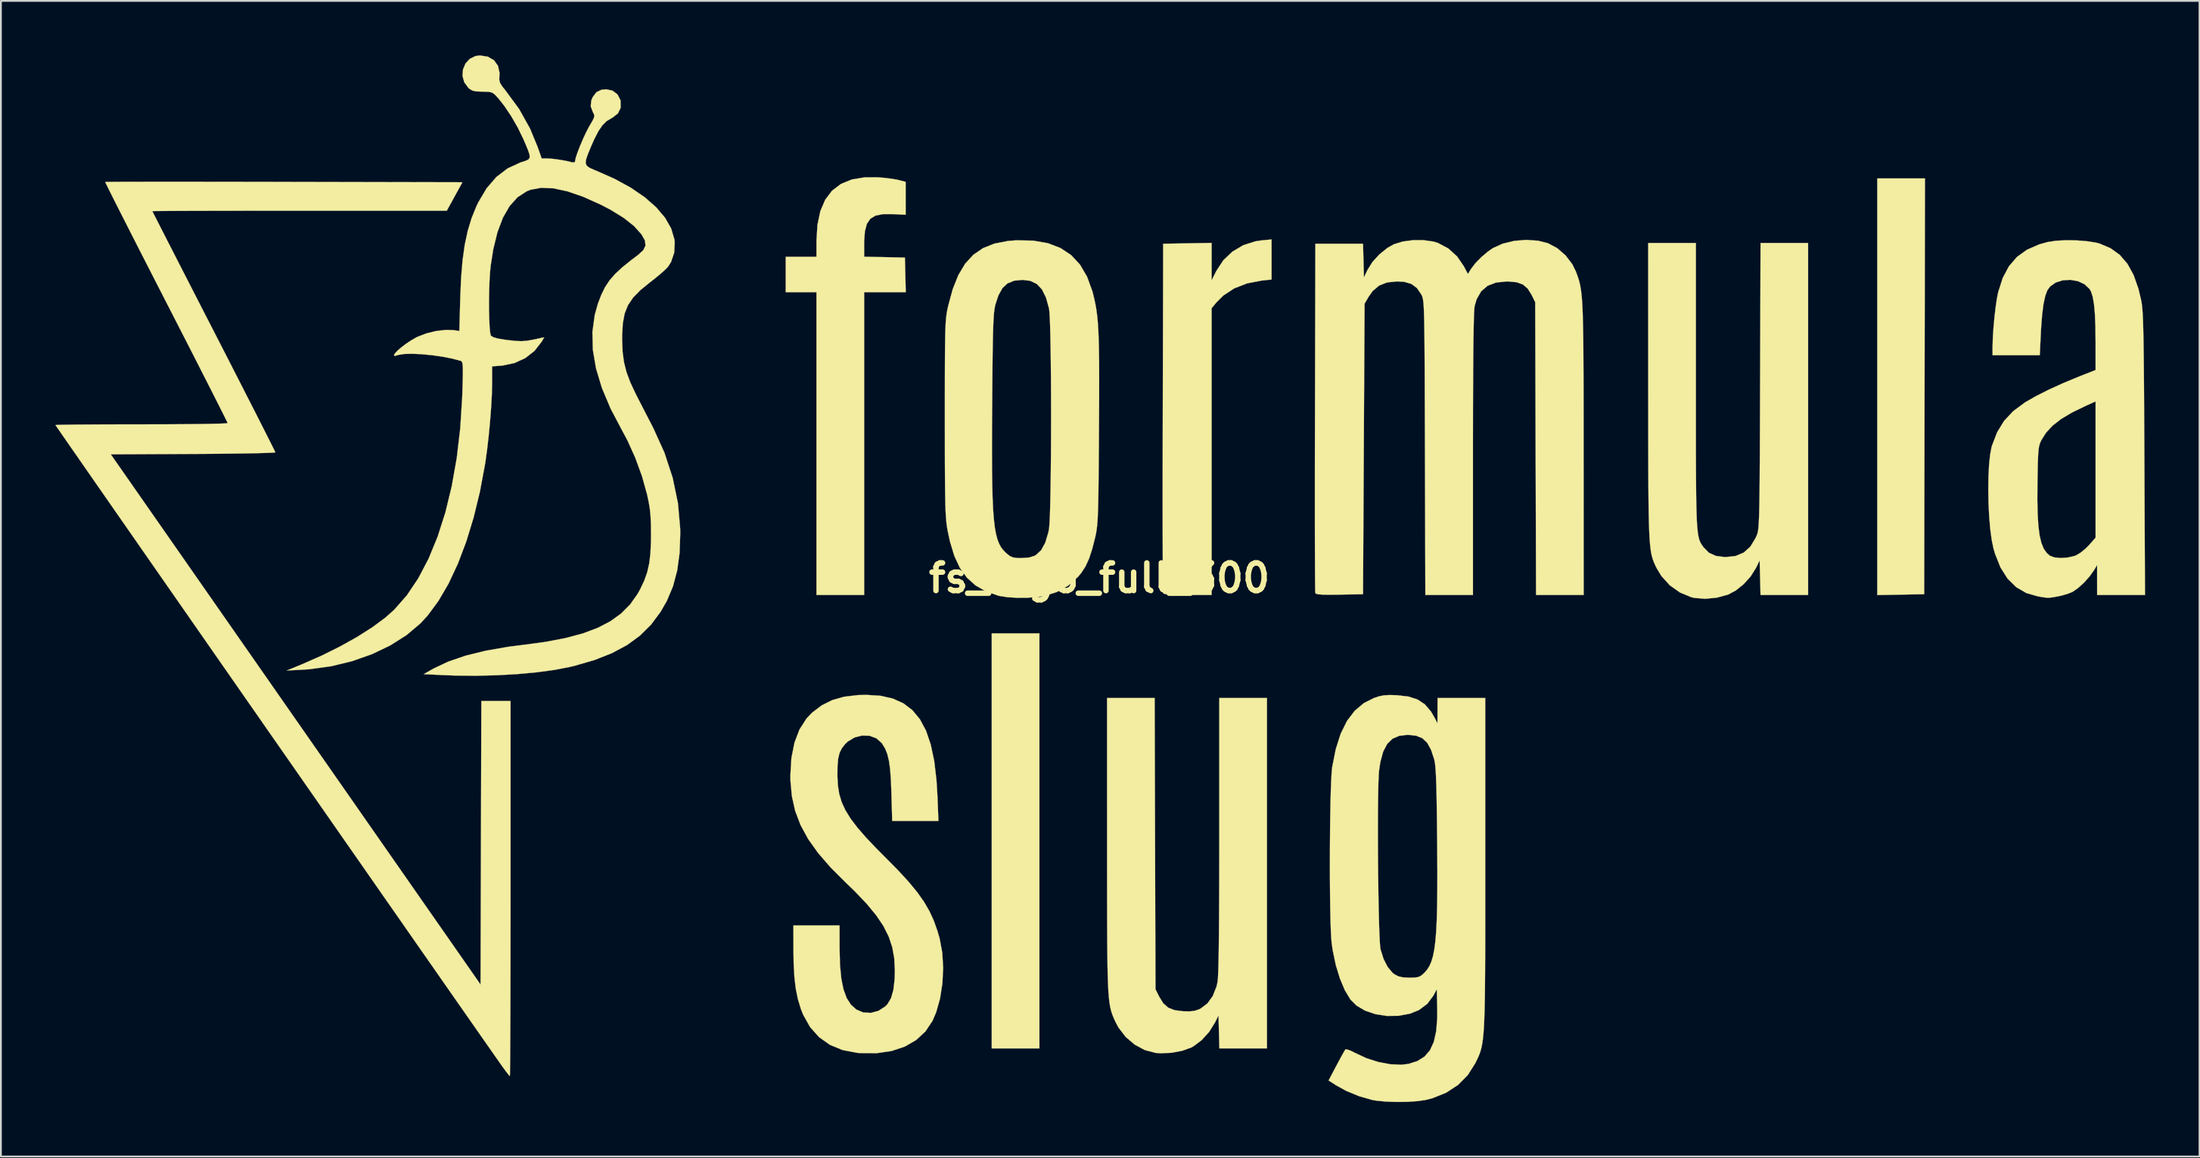
<source format=kicad_pcb>
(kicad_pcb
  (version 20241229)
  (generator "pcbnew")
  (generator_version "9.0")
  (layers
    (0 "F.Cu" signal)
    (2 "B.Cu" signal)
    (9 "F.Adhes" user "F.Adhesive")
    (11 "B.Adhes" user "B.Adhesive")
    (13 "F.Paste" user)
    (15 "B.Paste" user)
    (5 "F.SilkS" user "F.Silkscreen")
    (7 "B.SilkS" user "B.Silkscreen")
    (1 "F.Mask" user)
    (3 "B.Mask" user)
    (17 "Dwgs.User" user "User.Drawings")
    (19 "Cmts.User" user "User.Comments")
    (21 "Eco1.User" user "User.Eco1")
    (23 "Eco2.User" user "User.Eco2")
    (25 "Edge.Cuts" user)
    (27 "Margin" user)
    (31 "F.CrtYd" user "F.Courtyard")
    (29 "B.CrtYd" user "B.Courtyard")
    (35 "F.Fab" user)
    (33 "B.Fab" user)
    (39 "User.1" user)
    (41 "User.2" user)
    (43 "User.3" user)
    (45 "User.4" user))
  (footprint "fs_logo_full_300"
    (layer "F.Cu")
    (at 57.494 28.792)
    (property "Reference" "fs_logo_full_300" (at 0 0 0) (layer "F.SilkS") (effects (font (size 1.524 1.524) (thickness 0.3))))
    (attr through_hole)
    (fp_poly (pts (xy -3.302 25.908) (xy -5.927 25.908) (xy -5.927 3.048) (xy -3.302 3.048) (xy -3.302 25.908)) (stroke (width 0.01) (type solid)) (fill yes) (layer "F.SilkS"))
    (fp_poly (pts (xy 45.445 -10.562) (xy 45.424 0.889) (xy 44.133 0.912) (xy 42.841 0.936) (xy 42.841 -22.013) (xy 45.467 -22.013) (xy 45.445 -10.562)) (stroke (width 0.01) (type solid)) (fill yes) (layer "F.SilkS"))
    (fp_poly (pts (xy -11.833 -22.044) (xy -11.442 -21.997) (xy -11.132 -21.943) (xy -11.07 -21.928) (xy -10.668 -21.824) (xy -10.668 -20.012) (xy -11.375 -20.049) (xy -11.913 -20.047) (xy -12.321 -19.968) (xy -12.613 -19.794) (xy -12.805 -19.511) (xy -12.913 -19.101) (xy -12.953 -18.549) (xy -12.954 -18.416) (xy -12.954 -17.7) (xy -11.832 -17.677) (xy -10.71 -17.653) (xy -10.686 -16.701) (xy -10.662 -15.748) (xy -12.954 -15.748) (xy -12.954 0.931) (xy -15.579 0.931) (xy -15.579 -15.748) (xy -17.272 -15.748) (xy -17.272 -17.695) (xy -15.579 -17.695) (xy -15.579 -18.567) (xy -15.526 -19.455) (xy -15.366 -20.212) (xy -15.098 -20.84) (xy -14.721 -21.339) (xy -14.234 -21.709) (xy -13.636 -21.954) (xy -12.925 -22.073) (xy -12.234 -22.076) (xy -11.833 -22.044)) (stroke (width 0.01) (type solid)) (fill yes) (layer "F.SilkS"))
    (fp_poly (pts (xy 9.483 -16.445) (xy 8.923 -16.385) (xy 8.131 -16.232) (xy 7.427 -15.957) (xy 6.831 -15.567) (xy 6.441 -15.179) (xy 6.181 -14.863) (xy 6.181 0.931) (xy 4.866 0.931) (xy 4.326 0.927) (xy 3.937 0.915) (xy 3.683 0.892) (xy 3.546 0.857) (xy 3.51 0.826) (xy 3.505 0.728) (xy 3.501 0.473) (xy 3.497 0.07) (xy 3.493 -0.47) (xy 3.491 -1.136) (xy 3.489 -1.918) (xy 3.487 -2.804) (xy 3.486 -3.783) (xy 3.486 -4.845) (xy 3.487 -5.979) (xy 3.489 -7.174) (xy 3.491 -8.42) (xy 3.492 -8.848) (xy 3.514 -18.415) (xy 4.847 -18.438) (xy 6.181 -18.462) (xy 6.181 -16.398) (xy 6.437 -16.911) (xy 6.824 -17.503) (xy 7.328 -17.983) (xy 7.929 -18.338) (xy 8.603 -18.552) (xy 8.924 -18.599) (xy 9.483 -18.651) (xy 9.483 -16.445)) (stroke (width 0.01) (type solid)) (fill yes) (layer "F.SilkS"))
    (fp_poly (pts (xy 3.067 14.626) (xy 3.09 22.648) (xy 3.291 23.052) (xy 3.52 23.422) (xy 3.794 23.665) (xy 4.151 23.804) (xy 4.622 23.863) (xy 4.989 23.869) (xy 5.258 23.835) (xy 5.496 23.752) (xy 5.579 23.711) (xy 5.953 23.429) (xy 6.25 23.014) (xy 6.455 22.491) (xy 6.511 22.235) (xy 6.53 22.041) (xy 6.547 21.688) (xy 6.562 21.175) (xy 6.574 20.501) (xy 6.584 19.665) (xy 6.592 18.664) (xy 6.598 17.499) (xy 6.602 16.168) (xy 6.604 14.668) (xy 6.604 14.154) (xy 6.604 6.604) (xy 9.229 6.604) (xy 9.229 25.908) (xy 6.61 25.908) (xy 6.586 24.998) (xy 6.562 24.088) (xy 6.367 24.482) (xy 6.046 24.998) (xy 5.637 25.45) (xy 5.184 25.791) (xy 5.053 25.862) (xy 4.556 26.041) (xy 3.973 26.149) (xy 3.38 26.176) (xy 3.089 26.154) (xy 2.499 25.998) (xy 1.942 25.697) (xy 1.449 25.275) (xy 1.05 24.755) (xy 0.89 24.455) (xy 0.816 24.29) (xy 0.749 24.135) (xy 0.691 23.98) (xy 0.64 23.813) (xy 0.596 23.624) (xy 0.559 23.403) (xy 0.528 23.137) (xy 0.501 22.818) (xy 0.48 22.433) (xy 0.463 21.972) (xy 0.45 21.425) (xy 0.441 20.781) (xy 0.434 20.029) (xy 0.43 19.157) (xy 0.427 18.157) (xy 0.426 17.016) (xy 0.425 15.724) (xy 0.425 14.711) (xy 0.423 6.604) (xy 3.044 6.604) (xy 3.067 14.626)) (stroke (width 0.01) (type solid)) (fill yes) (layer "F.SilkS"))
    (fp_poly (pts (xy 32.851 -10.597) (xy 32.851 -9.227) (xy 32.851 -8.017) (xy 32.852 -6.955) (xy 32.855 -6.03) (xy 32.86 -5.232) (xy 32.867 -4.551) (xy 32.877 -3.977) (xy 32.89 -3.497) (xy 32.907 -3.102) (xy 32.929 -2.782) (xy 32.955 -2.526) (xy 32.987 -2.323) (xy 33.024 -2.162) (xy 33.068 -2.034) (xy 33.119 -1.927) (xy 33.177 -1.831) (xy 33.244 -1.736) (xy 33.271 -1.698) (xy 33.565 -1.398) (xy 33.945 -1.222) (xy 34.434 -1.157) (xy 34.502 -1.156) (xy 35.047 -1.218) (xy 35.493 -1.408) (xy 35.854 -1.736) (xy 36.142 -2.212) (xy 36.217 -2.386) (xy 36.242 -2.459) (xy 36.264 -2.551) (xy 36.284 -2.673) (xy 36.3 -2.837) (xy 36.315 -3.052) (xy 36.328 -3.328) (xy 36.339 -3.677) (xy 36.348 -4.109) (xy 36.356 -4.635) (xy 36.363 -5.265) (xy 36.368 -6.009) (xy 36.374 -6.879) (xy 36.378 -7.884) (xy 36.383 -9.036) (xy 36.387 -10.344) (xy 36.388 -10.604) (xy 36.413 -18.457) (xy 39.031 -18.457) (xy 39.031 0.931) (xy 36.412 0.931) (xy 36.388 -0.021) (xy 36.364 -0.974) (xy 36.157 -0.55) (xy 35.867 -0.09) (xy 35.481 0.338) (xy 35.046 0.687) (xy 34.626 0.909) (xy 34.006 1.079) (xy 33.368 1.142) (xy 32.773 1.094) (xy 32.597 1.053) (xy 31.974 0.796) (xy 31.415 0.399) (xy 30.952 -0.113) (xy 30.688 -0.552) (xy 30.614 -0.703) (xy 30.549 -0.847) (xy 30.492 -0.995) (xy 30.442 -1.156) (xy 30.398 -1.341) (xy 30.361 -1.562) (xy 30.33 -1.828) (xy 30.304 -2.15) (xy 30.283 -2.539) (xy 30.266 -3.005) (xy 30.253 -3.56) (xy 30.244 -4.213) (xy 30.237 -4.975) (xy 30.232 -5.857) (xy 30.23 -6.869) (xy 30.228 -8.022) (xy 30.228 -9.326) (xy 30.227 -10.308) (xy 30.226 -18.457) (xy 32.851 -18.457) (xy 32.851 -10.597)) (stroke (width 0.01) (type solid)) (fill yes) (layer "F.SilkS"))
    (fp_poly (pts (xy -12.057 6.484) (xy -11.379 6.637) (xy -10.794 6.899) (xy -10.296 7.278) (xy -9.882 7.779) (xy -9.546 8.408) (xy -9.286 9.173) (xy -9.095 10.079) (xy -8.97 11.134) (xy -8.915 12.044) (xy -8.864 13.377) (xy -11.409 13.377) (xy -11.452 11.832) (xy -11.48 11.109) (xy -11.523 10.53) (xy -11.587 10.069) (xy -11.675 9.701) (xy -11.794 9.401) (xy -11.947 9.143) (xy -11.991 9.083) (xy -12.284 8.825) (xy -12.655 8.688) (xy -13.066 8.673) (xy -13.477 8.778) (xy -13.853 9.002) (xy -14.005 9.147) (xy -14.184 9.377) (xy -14.307 9.629) (xy -14.383 9.938) (xy -14.42 10.339) (xy -14.427 10.87) (xy -14.426 10.922) (xy -14.4 11.428) (xy -14.325 11.895) (xy -14.191 12.342) (xy -13.987 12.787) (xy -13.701 13.25) (xy -13.322 13.749) (xy -12.84 14.303) (xy -12.244 14.93) (xy -11.771 15.404) (xy -11.078 16.105) (xy -10.506 16.728) (xy -10.038 17.295) (xy -9.66 17.828) (xy -9.356 18.352) (xy -9.111 18.889) (xy -8.91 19.462) (xy -8.797 19.854) (xy -8.652 20.632) (xy -8.603 21.472) (xy -8.645 22.331) (xy -8.774 23.161) (xy -8.988 23.919) (xy -9.187 24.385) (xy -9.575 24.969) (xy -10.085 25.444) (xy -10.709 25.806) (xy -11.437 26.049) (xy -12.258 26.171) (xy -13.163 26.166) (xy -13.335 26.152) (xy -14.135 26.001) (xy -14.836 25.713) (xy -15.435 25.29) (xy -15.929 24.736) (xy -16.313 24.052) (xy -16.438 23.736) (xy -16.599 23.207) (xy -16.716 22.638) (xy -16.793 21.996) (xy -16.835 21.247) (xy -16.846 20.553) (xy -16.849 19.135) (xy -14.309 19.135) (xy -14.307 20.426) (xy -14.284 21.317) (xy -14.213 22.057) (xy -14.091 22.659) (xy -13.915 23.136) (xy -13.681 23.501) (xy -13.386 23.767) (xy -13.386 23.767) (xy -13.002 23.93) (xy -12.58 23.951) (xy -12.163 23.838) (xy -11.792 23.597) (xy -11.666 23.467) (xy -11.473 23.14) (xy -11.343 22.688) (xy -11.274 22.098) (xy -11.261 21.604) (xy -11.295 20.948) (xy -11.404 20.336) (xy -11.6 19.749) (xy -11.892 19.167) (xy -12.292 18.573) (xy -12.81 17.945) (xy -13.458 17.265) (xy -13.962 16.778) (xy -14.801 15.94) (xy -15.491 15.143) (xy -16.04 14.37) (xy -16.458 13.602) (xy -16.753 12.822) (xy -16.934 12.013) (xy -17.012 11.157) (xy -17.016 10.88) (xy -16.959 9.912) (xy -16.79 9.062) (xy -16.511 8.333) (xy -16.123 7.73) (xy -15.825 7.418) (xy -15.292 7.012) (xy -14.711 6.722) (xy -14.053 6.536) (xy -13.29 6.446) (xy -12.832 6.435) (xy -12.057 6.484)) (stroke (width 0.01) (type solid)) (fill yes) (layer "F.SilkS"))
    (fp_poly (pts (xy 24.16 -18.582) (xy 24.698 -18.447) (xy 25.211 -18.176) (xy 25.673 -17.776) (xy 26.046 -17.287) (xy 26.244 -16.883) (xy 26.312 -16.701) (xy 26.372 -16.527) (xy 26.425 -16.351) (xy 26.471 -16.161) (xy 26.511 -15.946) (xy 26.545 -15.696) (xy 26.573 -15.4) (xy 26.597 -15.046) (xy 26.616 -14.624) (xy 26.631 -14.123) (xy 26.643 -13.532) (xy 26.652 -12.841) (xy 26.658 -12.037) (xy 26.662 -11.111) (xy 26.665 -10.051) (xy 26.666 -8.846) (xy 26.667 -7.486) (xy 26.667 -7.091) (xy 26.67 0.931) (xy 24.049 0.931) (xy 24.026 -7.133) (xy 24.003 -15.198) (xy 23.806 -15.597) (xy 23.591 -15.943) (xy 23.326 -16.17) (xy 22.978 -16.295) (xy 22.512 -16.339) (xy 22.427 -16.339) (xy 21.843 -16.279) (xy 21.378 -16.099) (xy 21.025 -15.794) (xy 20.777 -15.36) (xy 20.665 -14.979) (xy 20.647 -14.808) (xy 20.63 -14.475) (xy 20.616 -13.98) (xy 20.604 -13.322) (xy 20.594 -12.499) (xy 20.586 -11.51) (xy 20.58 -10.356) (xy 20.576 -9.035) (xy 20.574 -7.545) (xy 20.574 -6.811) (xy 20.574 0.931) (xy 17.953 0.931) (xy 17.93 -7.176) (xy 17.926 -8.528) (xy 17.922 -9.721) (xy 17.919 -10.766) (xy 17.915 -11.673) (xy 17.91 -12.452) (xy 17.905 -13.114) (xy 17.898 -13.669) (xy 17.891 -14.128) (xy 17.881 -14.5) (xy 17.871 -14.797) (xy 17.858 -15.029) (xy 17.842 -15.206) (xy 17.825 -15.339) (xy 17.804 -15.437) (xy 17.781 -15.513) (xy 17.754 -15.575) (xy 17.73 -15.621) (xy 17.491 -15.973) (xy 17.19 -16.198) (xy 16.797 -16.315) (xy 16.399 -16.341) (xy 15.846 -16.285) (xy 15.402 -16.11) (xy 15.046 -15.805) (xy 14.84 -15.513) (xy 14.605 -15.113) (xy 14.52 0.889) (xy 13.227 0.912) (xy 12.702 0.918) (xy 12.326 0.914) (xy 12.079 0.897) (xy 11.941 0.867) (xy 11.893 0.828) (xy 11.888 0.73) (xy 11.883 0.475) (xy 11.879 0.071) (xy 11.876 -0.469) (xy 11.873 -1.136) (xy 11.871 -1.917) (xy 11.869 -2.803) (xy 11.869 -3.783) (xy 11.869 -4.845) (xy 11.869 -5.979) (xy 11.871 -7.175) (xy 11.873 -8.42) (xy 11.874 -8.848) (xy 11.896 -18.415) (xy 14.52 -18.415) (xy 14.545 -17.486) (xy 14.569 -16.558) (xy 14.768 -16.978) (xy 15.04 -17.411) (xy 15.422 -17.83) (xy 15.861 -18.185) (xy 16.214 -18.385) (xy 16.697 -18.535) (xy 17.265 -18.612) (xy 17.853 -18.613) (xy 18.393 -18.536) (xy 18.641 -18.462) (xy 19.216 -18.157) (xy 19.702 -17.715) (xy 20.055 -17.201) (xy 20.297 -16.75) (xy 20.479 -17.043) (xy 20.713 -17.349) (xy 21.041 -17.682) (xy 21.406 -17.991) (xy 21.675 -18.176) (xy 22.213 -18.42) (xy 22.842 -18.573) (xy 23.509 -18.628) (xy 24.16 -18.582)) (stroke (width 0.01) (type solid)) (fill yes) (layer "F.SilkS"))
    (fp_poly (pts (xy 53.794 -18.601) (xy 54.363 -18.558) (xy 54.857 -18.483) (xy 55.088 -18.424) (xy 55.69 -18.167) (xy 56.197 -17.8) (xy 56.617 -17.312) (xy 56.957 -16.693) (xy 57.224 -15.933) (xy 57.375 -15.299) (xy 57.399 -15.162) (xy 57.421 -15.001) (xy 57.44 -14.803) (xy 57.457 -14.559) (xy 57.471 -14.258) (xy 57.484 -13.887) (xy 57.495 -13.437) (xy 57.505 -12.897) (xy 57.514 -12.255) (xy 57.522 -11.501) (xy 57.529 -10.624) (xy 57.535 -9.613) (xy 57.541 -8.456) (xy 57.548 -7.143) (xy 57.549 -6.837) (xy 57.584 0.931) (xy 54.949 0.931) (xy 54.948 0.106) (xy 54.948 -0.72) (xy 54.771 -0.423) (xy 54.531 -0.088) (xy 54.223 0.254) (xy 53.896 0.552) (xy 53.602 0.756) (xy 53.591 0.761) (xy 53.336 0.864) (xy 53.003 0.962) (xy 52.793 1.008) (xy 52.512 1.059) (xy 52.32 1.083) (xy 52.149 1.08) (xy 51.93 1.05) (xy 51.702 1.012) (xy 51.051 0.826) (xy 50.489 0.499) (xy 50.016 0.031) (xy 49.629 -0.58) (xy 49.326 -1.338) (xy 49.236 -1.651) (xy 49.138 -2.134) (xy 49.06 -2.73) (xy 49.003 -3.405) (xy 48.968 -4.125) (xy 48.965 -4.299) (xy 51.656 -4.299) (xy 51.673 -3.516) (xy 51.713 -2.872) (xy 51.78 -2.352) (xy 51.877 -1.941) (xy 52.005 -1.624) (xy 52.168 -1.388) (xy 52.342 -1.233) (xy 52.588 -1.139) (xy 52.932 -1.105) (xy 53.315 -1.128) (xy 53.677 -1.209) (xy 53.809 -1.26) (xy 54.055 -1.412) (xy 54.331 -1.64) (xy 54.507 -1.82) (xy 54.864 -2.225) (xy 54.864 -9.73) (xy 54.312 -9.482) (xy 53.563 -9.118) (xy 52.963 -8.76) (xy 52.493 -8.394) (xy 52.136 -8.007) (xy 51.89 -7.62) (xy 51.827 -7.491) (xy 51.779 -7.361) (xy 51.742 -7.205) (xy 51.716 -7) (xy 51.697 -6.722) (xy 51.683 -6.345) (xy 51.672 -5.846) (xy 51.662 -5.236) (xy 51.656 -4.299) (xy 48.965 -4.299) (xy 48.955 -4.856) (xy 48.964 -5.563) (xy 48.996 -6.213) (xy 49.052 -6.771) (xy 49.132 -7.204) (xy 49.153 -7.281) (xy 49.442 -8.031) (xy 49.825 -8.658) (xy 50.326 -9.194) (xy 50.97 -9.671) (xy 51.005 -9.693) (xy 51.587 -10.026) (xy 52.299 -10.384) (xy 53.107 -10.751) (xy 53.978 -11.111) (xy 54.038 -11.135) (xy 54.864 -11.459) (xy 54.863 -13.032) (xy 54.854 -13.868) (xy 54.826 -14.549) (xy 54.777 -15.087) (xy 54.706 -15.495) (xy 54.612 -15.785) (xy 54.538 -15.917) (xy 54.254 -16.186) (xy 53.886 -16.356) (xy 53.473 -16.428) (xy 53.055 -16.402) (xy 52.671 -16.281) (xy 52.361 -16.064) (xy 52.209 -15.856) (xy 52.092 -15.545) (xy 51.996 -15.103) (xy 51.921 -14.518) (xy 51.864 -13.78) (xy 51.846 -13.45) (xy 51.79 -12.277) (xy 49.191 -12.277) (xy 49.192 -12.764) (xy 49.205 -13.23) (xy 49.241 -13.776) (xy 49.293 -14.352) (xy 49.358 -14.908) (xy 49.429 -15.393) (xy 49.499 -15.748) (xy 49.749 -16.529) (xy 50.09 -17.172) (xy 50.532 -17.688) (xy 51.086 -18.087) (xy 51.763 -18.382) (xy 52.217 -18.509) (xy 52.663 -18.578) (xy 53.208 -18.608) (xy 53.794 -18.601)) (stroke (width 0.01) (type solid)) (fill yes) (layer "F.SilkS"))
    (fp_poly (pts (xy -3.647 -18.587) (xy -2.838 -18.447) (xy -2.14 -18.18) (xy -1.549 -17.786) (xy -1.063 -17.261) (xy -0.677 -16.601) (xy -0.387 -15.806) (xy -0.346 -15.652) (xy -0.275 -15.358) (xy -0.214 -15.066) (xy -0.162 -14.762) (xy -0.119 -14.431) (xy -0.084 -14.059) (xy -0.057 -13.63) (xy -0.037 -13.131) (xy -0.023 -12.546) (xy -0.014 -11.862) (xy -0.011 -11.062) (xy -0.012 -10.134) (xy -0.017 -9.061) (xy -0.022 -8.17) (xy -0.029 -7.099) (xy -0.037 -6.182) (xy -0.044 -5.405) (xy -0.052 -4.755) (xy -0.062 -4.215) (xy -0.073 -3.773) (xy -0.087 -3.413) (xy -0.104 -3.121) (xy -0.124 -2.882) (xy -0.148 -2.683) (xy -0.176 -2.507) (xy -0.209 -2.342) (xy -0.231 -2.244) (xy -0.397 -1.589) (xy -0.568 -1.069) (xy -0.76 -0.65) (xy -0.987 -0.296) (xy -1.184 -0.06) (xy -1.722 0.422) (xy -2.34 0.767) (xy -2.971 0.97) (xy -3.424 1.044) (xy -3.964 1.083) (xy -4.53 1.086) (xy -5.063 1.054) (xy -5.501 0.986) (xy -5.566 0.97) (xy -6.246 0.733) (xy -6.817 0.408) (xy -7.291 -0.017) (xy -7.678 -0.555) (xy -7.988 -1.221) (xy -8.232 -2.027) (xy -8.35 -2.582) (xy -8.383 -2.767) (xy -8.411 -2.958) (xy -8.434 -3.168) (xy -8.453 -3.414) (xy -8.469 -3.708) (xy -8.482 -4.065) (xy -8.491 -4.5) (xy -8.498 -5.027) (xy -8.503 -5.66) (xy -8.507 -6.414) (xy -8.508 -7.026) (xy -5.914 -7.026) (xy -5.911 -6.023) (xy -5.9 -5.154) (xy -5.88 -4.41) (xy -5.851 -3.777) (xy -5.811 -3.246) (xy -5.76 -2.803) (xy -5.695 -2.439) (xy -5.617 -2.14) (xy -5.523 -1.897) (xy -5.414 -1.697) (xy -5.286 -1.53) (xy -5.141 -1.383) (xy -5.115 -1.36) (xy -4.927 -1.212) (xy -4.747 -1.134) (xy -4.509 -1.105) (xy -4.294 -1.101) (xy -3.878 -1.13) (xy -3.572 -1.225) (xy -3.496 -1.267) (xy -3.209 -1.532) (xy -2.982 -1.943) (xy -2.812 -2.506) (xy -2.777 -2.676) (xy -2.754 -2.888) (xy -2.733 -3.251) (xy -2.714 -3.745) (xy -2.699 -4.353) (xy -2.685 -5.057) (xy -2.675 -5.838) (xy -2.667 -6.68) (xy -2.662 -7.563) (xy -2.659 -8.469) (xy -2.659 -9.382) (xy -2.662 -10.282) (xy -2.667 -11.152) (xy -2.675 -11.974) (xy -2.686 -12.729) (xy -2.699 -13.4) (xy -2.715 -13.968) (xy -2.734 -14.417) (xy -2.756 -14.727) (xy -2.773 -14.853) (xy -2.939 -15.451) (xy -3.16 -15.897) (xy -3.445 -16.2) (xy -3.804 -16.373) (xy -4.231 -16.425) (xy -4.694 -16.38) (xy -5.058 -16.232) (xy -5.342 -15.966) (xy -5.563 -15.565) (xy -5.726 -15.065) (xy -5.756 -14.932) (xy -5.783 -14.773) (xy -5.805 -14.574) (xy -5.824 -14.322) (xy -5.84 -14.003) (xy -5.854 -13.603) (xy -5.866 -13.108) (xy -5.876 -12.503) (xy -5.885 -11.777) (xy -5.893 -10.913) (xy -5.901 -9.9) (xy -5.904 -9.483) (xy -5.912 -8.175) (xy -5.914 -7.026) (xy -8.508 -7.026) (xy -8.508 -7.302) (xy -8.509 -8.34) (xy -8.509 -8.805) (xy -8.509 -9.896) (xy -8.508 -10.831) (xy -8.506 -11.625) (xy -8.503 -12.293) (xy -8.498 -12.847) (xy -8.49 -13.304) (xy -8.48 -13.676) (xy -8.467 -13.979) (xy -8.45 -14.225) (xy -8.429 -14.43) (xy -8.404 -14.608) (xy -8.374 -14.773) (xy -8.338 -14.938) (xy -8.328 -14.986) (xy -8.076 -15.912) (xy -7.768 -16.684) (xy -7.395 -17.311) (xy -6.946 -17.804) (xy -6.413 -18.171) (xy -5.785 -18.422) (xy -5.053 -18.566) (xy -4.572 -18.604) (xy -3.647 -18.587)) (stroke (width 0.01) (type solid)) (fill yes) (layer "F.SilkS"))
    (fp_poly (pts (xy -50.203 -21.831) (xy -49.143 -21.83) (xy -48.007 -21.829) (xy -46.809 -21.827) (xy -45.557 -21.825) (xy -44.9 -21.823) (xy -35.079 -21.802) (xy -35.509 -21.018) (xy -35.939 -20.235) (xy -44.047 -20.235) (xy -45.203 -20.235) (xy -46.309 -20.234) (xy -47.355 -20.233) (xy -48.329 -20.232) (xy -49.218 -20.23) (xy -50.012 -20.228) (xy -50.699 -20.225) (xy -51.267 -20.222) (xy -51.705 -20.219) (xy -52.001 -20.216) (xy -52.143 -20.213) (xy -52.155 -20.211) (xy -52.117 -20.134) (xy -52.007 -19.917) (xy -51.831 -19.571) (xy -51.595 -19.107) (xy -51.303 -18.536) (xy -50.961 -17.868) (xy -50.576 -17.115) (xy -50.151 -16.286) (xy -49.694 -15.394) (xy -49.209 -14.448) (xy -48.768 -13.589) (xy -48.263 -12.605) (xy -47.781 -11.664) (xy -47.328 -10.776) (xy -46.908 -9.953) (xy -46.527 -9.207) (xy -46.192 -8.546) (xy -45.907 -7.983) (xy -45.678 -7.529) (xy -45.51 -7.194) (xy -45.41 -6.989) (xy -45.381 -6.925) (xy -45.463 -6.912) (xy -45.699 -6.899) (xy -46.074 -6.887) (xy -46.571 -6.875) (xy -47.175 -6.864) (xy -47.872 -6.854) (xy -48.644 -6.846) (xy -49.478 -6.84) (xy -49.912 -6.838) (xy -54.443 -6.816) (xy -34.078 22.392) (xy -34.057 14.583) (xy -34.035 6.773) (xy -32.427 6.773) (xy -32.427 17.103) (xy -32.428 18.41) (xy -32.429 19.67) (xy -32.43 20.871) (xy -32.432 22.004) (xy -32.434 23.059) (xy -32.437 24.024) (xy -32.44 24.89) (xy -32.444 25.647) (xy -32.448 26.284) (xy -32.452 26.791) (xy -32.457 27.158) (xy -32.461 27.374) (xy -32.465 27.432) (xy -32.529 27.368) (xy -32.662 27.199) (xy -32.84 26.958) (xy -32.879 26.903) (xy -33.018 26.706) (xy -33.243 26.385) (xy -33.551 25.945) (xy -33.936 25.395) (xy -34.392 24.741) (xy -34.916 23.991) (xy -35.503 23.151) (xy -36.146 22.229) (xy -36.842 21.231) (xy -37.585 20.166) (xy -38.37 19.039) (xy -39.193 17.859) (xy -40.048 16.632) (xy -40.931 15.365) (xy -41.837 14.066) (xy -42.759 12.741) (xy -43.695 11.398) (xy -44.638 10.044) (xy -45.585 8.686) (xy -46.528 7.331) (xy -47.465 5.986) (xy -48.39 4.658) (xy -49.297 3.355) (xy -50.182 2.083) (xy -51.041 0.85) (xy -51.867 -0.337) (xy -52.657 -1.472) (xy -53.404 -2.546) (xy -54.105 -3.554) (xy -54.754 -4.487) (xy -55.347 -5.339) (xy -55.877 -6.102) (xy -56.341 -6.77) (xy -56.734 -7.335) (xy -57.05 -7.791) (xy -57.284 -8.129) (xy -57.432 -8.344) (xy -57.488 -8.427) (xy -57.489 -8.428) (xy -57.407 -8.435) (xy -57.17 -8.442) (xy -56.795 -8.448) (xy -56.296 -8.454) (xy -55.688 -8.458) (xy -54.986 -8.462) (xy -54.206 -8.465) (xy -53.363 -8.466) (xy -52.747 -8.467) (xy -51.869 -8.468) (xy -51.043 -8.471) (xy -50.286 -8.477) (xy -49.611 -8.484) (xy -49.035 -8.493) (xy -48.571 -8.503) (xy -48.237 -8.514) (xy -48.046 -8.527) (xy -48.006 -8.535) (xy -48.044 -8.619) (xy -48.154 -8.843) (xy -48.33 -9.195) (xy -48.567 -9.665) (xy -48.859 -10.242) (xy -49.201 -10.915) (xy -49.587 -11.673) (xy -50.011 -12.506) (xy -50.469 -13.401) (xy -50.955 -14.349) (xy -51.39 -15.198) (xy -51.894 -16.181) (xy -52.375 -17.12) (xy -52.827 -18.005) (xy -53.244 -18.824) (xy -53.622 -19.567) (xy -53.955 -20.223) (xy -54.237 -20.781) (xy -54.462 -21.23) (xy -54.626 -21.56) (xy -54.723 -21.759) (xy -54.748 -21.819) (xy -54.662 -21.822) (xy -54.417 -21.824) (xy -54.024 -21.827) (xy -53.493 -21.829) (xy -52.834 -21.83) (xy -52.06 -21.831) (xy -51.179 -21.831) (xy -50.203 -21.831)) (stroke (width 0.01) (type solid)) (fill yes) (layer "F.SilkS"))
    (fp_poly (pts (xy 16.383 6.453) (xy 17.013 6.525) (xy 17.518 6.687) (xy 17.924 6.954) (xy 18.257 7.343) (xy 18.444 7.662) (xy 18.619 8.001) (xy 18.627 6.604) (xy 21.251 6.604) (xy 21.251 15.698) (xy 21.251 17.2) (xy 21.251 18.543) (xy 21.25 19.737) (xy 21.247 20.791) (xy 21.243 21.716) (xy 21.236 22.522) (xy 21.227 23.219) (xy 21.214 23.816) (xy 21.197 24.325) (xy 21.176 24.754) (xy 21.15 25.114) (xy 21.119 25.415) (xy 21.082 25.667) (xy 21.039 25.88) (xy 20.989 26.064) (xy 20.931 26.228) (xy 20.866 26.384) (xy 20.792 26.541) (xy 20.71 26.709) (xy 20.701 26.726) (xy 20.289 27.378) (xy 19.75 27.922) (xy 19.096 28.35) (xy 18.337 28.654) (xy 17.963 28.749) (xy 17.513 28.814) (xy 16.957 28.851) (xy 16.356 28.858) (xy 15.768 28.837) (xy 15.254 28.786) (xy 15.017 28.745) (xy 14.298 28.539) (xy 13.592 28.247) (xy 13.047 27.946) (xy 12.624 27.674) (xy 13.056 26.854) (xy 13.237 26.515) (xy 13.393 26.23) (xy 13.505 26.035) (xy 13.549 25.965) (xy 13.649 25.966) (xy 13.848 26.039) (xy 14.065 26.148) (xy 14.694 26.442) (xy 15.361 26.656) (xy 16.024 26.781) (xy 16.637 26.808) (xy 17.03 26.76) (xy 17.519 26.603) (xy 17.91 26.356) (xy 18.208 26.008) (xy 18.42 25.546) (xy 18.551 24.959) (xy 18.608 24.235) (xy 18.608 23.694) (xy 18.584 22.648) (xy 18.396 23) (xy 18.061 23.451) (xy 17.605 23.793) (xy 17.11 23.994) (xy 16.472 24.111) (xy 15.826 24.118) (xy 15.204 24.022) (xy 14.639 23.831) (xy 14.164 23.552) (xy 13.827 23.216) (xy 13.52 22.705) (xy 13.248 22.061) (xy 13.021 21.318) (xy 12.852 20.511) (xy 12.794 20.108) (xy 12.767 19.794) (xy 12.745 19.338) (xy 12.727 18.761) (xy 12.713 18.085) (xy 12.703 17.333) (xy 12.697 16.526) (xy 12.696 15.687) (xy 12.698 14.838) (xy 12.704 14) (xy 12.705 13.898) (xy 15.339 13.898) (xy 15.34 14.702) (xy 15.345 15.524) (xy 15.352 16.346) (xy 15.363 17.146) (xy 15.376 17.906) (xy 15.391 18.604) (xy 15.409 19.222) (xy 15.428 19.738) (xy 15.45 20.134) (xy 15.474 20.388) (xy 15.484 20.447) (xy 15.65 20.978) (xy 15.877 21.422) (xy 16.145 21.744) (xy 16.247 21.823) (xy 16.473 21.94) (xy 16.739 21.998) (xy 17.081 22.013) (xy 17.389 22.006) (xy 17.59 21.969) (xy 17.744 21.883) (xy 17.907 21.734) (xy 18.052 21.567) (xy 18.177 21.369) (xy 18.283 21.126) (xy 18.373 20.827) (xy 18.446 20.461) (xy 18.504 20.013) (xy 18.549 19.474) (xy 18.581 18.829) (xy 18.602 18.068) (xy 18.612 17.177) (xy 18.614 16.146) (xy 18.607 14.961) (xy 18.604 14.559) (xy 18.594 13.562) (xy 18.583 12.721) (xy 18.571 12.021) (xy 18.558 11.449) (xy 18.541 10.989) (xy 18.523 10.628) (xy 18.5 10.352) (xy 18.474 10.147) (xy 18.444 9.998) (xy 18.442 9.991) (xy 18.266 9.457) (xy 18.054 9.073) (xy 17.785 8.821) (xy 17.441 8.682) (xy 17 8.637) (xy 16.976 8.637) (xy 16.513 8.689) (xy 16.14 8.853) (xy 15.849 9.139) (xy 15.631 9.558) (xy 15.477 10.121) (xy 15.404 10.599) (xy 15.384 10.868) (xy 15.367 11.276) (xy 15.355 11.803) (xy 15.346 12.429) (xy 15.341 13.134) (xy 15.339 13.898) (xy 12.705 13.898) (xy 12.714 13.195) (xy 12.727 12.446) (xy 12.744 11.775) (xy 12.765 11.204) (xy 12.79 10.754) (xy 12.817 10.448) (xy 12.822 10.414) (xy 13.02 9.418) (xy 13.29 8.572) (xy 13.637 7.871) (xy 14.062 7.311) (xy 14.568 6.886) (xy 15.12 6.607) (xy 15.409 6.511) (xy 15.679 6.459) (xy 15.994 6.443) (xy 16.383 6.453)) (stroke (width 0.01) (type solid)) (fill yes) (layer "F.SilkS"))
    (fp_poly (pts (xy -33.677 -28.718) (xy -33.342 -28.523) (xy -33.122 -28.222) (xy -33.034 -27.833) (xy -33.041 -27.654) (xy -33.049 -27.445) (xy -33.005 -27.274) (xy -32.886 -27.083) (xy -32.725 -26.882) (xy -31.962 -25.848) (xy -31.351 -24.754) (xy -30.945 -23.77) (xy -30.712 -23.114) (xy -30.396 -23.114) (xy -30.105 -23.094) (xy -29.731 -23.044) (xy -29.35 -22.976) (xy -29.044 -22.903) (xy -29.02 -22.895) (xy -28.894 -22.904) (xy -28.871 -22.974) (xy -28.836 -23.152) (xy -28.741 -23.439) (xy -28.603 -23.795) (xy -28.44 -24.179) (xy -28.269 -24.548) (xy -28.106 -24.861) (xy -28.057 -24.944) (xy -27.902 -25.211) (xy -27.825 -25.381) (xy -27.816 -25.503) (xy -27.866 -25.622) (xy -27.892 -25.666) (xy -28.012 -25.986) (xy -27.979 -26.309) (xy -27.897 -26.502) (xy -27.696 -26.766) (xy -27.419 -26.898) (xy -27.153 -26.924) (xy -26.81 -26.848) (xy -26.538 -26.641) (xy -26.379 -26.337) (xy -26.367 -26.284) (xy -26.364 -25.903) (xy -26.514 -25.595) (xy -26.817 -25.357) (xy -26.889 -25.321) (xy -27.141 -25.167) (xy -27.367 -24.943) (xy -27.585 -24.624) (xy -27.812 -24.184) (xy -27.995 -23.772) (xy -28.169 -23.35) (xy -28.27 -23.052) (xy -28.291 -22.848) (xy -28.225 -22.705) (xy -28.068 -22.593) (xy -27.811 -22.48) (xy -27.728 -22.447) (xy -26.707 -21.996) (xy -25.807 -21.504) (xy -25.037 -20.977) (xy -24.404 -20.421) (xy -23.916 -19.844) (xy -23.58 -19.253) (xy -23.404 -18.655) (xy -23.386 -18.499) (xy -23.413 -17.927) (xy -23.588 -17.412) (xy -23.757 -17.147) (xy -23.904 -16.994) (xy -24.15 -16.773) (xy -24.46 -16.516) (xy -24.736 -16.301) (xy -25.273 -15.863) (xy -25.676 -15.452) (xy -25.96 -15.033) (xy -26.144 -14.57) (xy -26.245 -14.026) (xy -26.282 -13.366) (xy -26.282 -13.123) (xy -26.257 -12.473) (xy -26.182 -11.898) (xy -26.044 -11.35) (xy -25.831 -10.777) (xy -25.528 -10.132) (xy -25.456 -9.991) (xy -25.266 -9.621) (xy -25.03 -9.162) (xy -24.779 -8.675) (xy -24.567 -8.264) (xy -23.952 -6.906) (xy -23.499 -5.524) (xy -23.209 -4.127) (xy -23.085 -2.727) (xy -23.081 -2.455) (xy -23.119 -1.374) (xy -23.251 -0.411) (xy -23.483 0.458) (xy -23.821 1.261) (xy -24.176 1.877) (xy -24.696 2.572) (xy -25.305 3.175) (xy -26.017 3.694) (xy -26.847 4.138) (xy -27.808 4.516) (xy -28.914 4.836) (xy -29.168 4.897) (xy -30.002 5.058) (xy -30.969 5.189) (xy -32.035 5.288) (xy -33.167 5.353) (xy -34.33 5.381) (xy -35.491 5.369) (xy -36.153 5.344) (xy -37.211 5.292) (xy -36.661 4.982) (xy -35.859 4.603) (xy -34.902 4.275) (xy -33.796 4.002) (xy -32.546 3.784) (xy -31.75 3.683) (xy -30.499 3.515) (xy -29.402 3.306) (xy -28.448 3.051) (xy -27.627 2.743) (xy -26.926 2.378) (xy -26.336 1.951) (xy -25.844 1.456) (xy -25.44 0.888) (xy -25.293 0.625) (xy -25.066 0.147) (xy -24.901 -0.316) (xy -24.79 -0.805) (xy -24.723 -1.359) (xy -24.694 -2.02) (xy -24.691 -2.413) (xy -24.697 -2.975) (xy -24.717 -3.422) (xy -24.755 -3.81) (xy -24.819 -4.192) (xy -24.912 -4.623) (xy -24.914 -4.63) (xy -25.19 -5.617) (xy -25.557 -6.623) (xy -25.986 -7.576) (xy -26.275 -8.116) (xy -26.911 -9.321) (xy -27.393 -10.464) (xy -27.72 -11.548) (xy -27.895 -12.578) (xy -27.918 -13.559) (xy -27.79 -14.494) (xy -27.616 -15.113) (xy -27.43 -15.602) (xy -27.225 -16.02) (xy -26.979 -16.393) (xy -26.669 -16.751) (xy -26.271 -17.12) (xy -25.763 -17.529) (xy -25.4 -17.802) (xy -25.116 -18.062) (xy -24.993 -18.318) (xy -25.028 -18.599) (xy -25.216 -18.932) (xy -25.226 -18.945) (xy -25.63 -19.394) (xy -26.193 -19.84) (xy -26.919 -20.287) (xy -27.474 -20.576) (xy -28.44 -21.009) (xy -29.306 -21.306) (xy -30.073 -21.469) (xy -30.745 -21.497) (xy -31.322 -21.391) (xy -31.538 -21.306) (xy -32.04 -20.979) (xy -32.476 -20.496) (xy -32.844 -19.858) (xy -33.145 -19.066) (xy -33.378 -18.119) (xy -33.524 -17.19) (xy -33.561 -16.804) (xy -33.588 -16.339) (xy -33.605 -15.825) (xy -33.613 -15.291) (xy -33.612 -14.768) (xy -33.602 -14.285) (xy -33.583 -13.872) (xy -33.556 -13.56) (xy -33.519 -13.377) (xy -33.507 -13.353) (xy -33.381 -13.268) (xy -33.129 -13.195) (xy -32.731 -13.128) (xy -32.583 -13.109) (xy -32.152 -13.062) (xy -31.822 -13.049) (xy -31.529 -13.07) (xy -31.207 -13.127) (xy -31.169 -13.135) (xy -30.573 -13.263) (xy -30.717 -13.016) (xy -31.103 -12.518) (xy -31.608 -12.122) (xy -32.202 -11.847) (xy -32.857 -11.708) (xy -32.902 -11.704) (xy -33.443 -11.661) (xy -33.443 -10.712) (xy -33.457 -10.124) (xy -33.496 -9.418) (xy -33.555 -8.643) (xy -33.63 -7.847) (xy -33.718 -7.08) (xy -33.813 -6.39) (xy -33.83 -6.284) (xy -34.114 -4.762) (xy -34.462 -3.331) (xy -34.869 -2.001) (xy -35.331 -0.785) (xy -35.842 0.307) (xy -36.4 1.262) (xy -36.997 2.07) (xy -37.393 2.499) (xy -38.158 3.144) (xy -39.055 3.712) (xy -40.06 4.192) (xy -41.149 4.576) (xy -42.299 4.856) (xy -43.487 5.02) (xy -43.892 5.048) (xy -44.746 5.092) (xy -43.9 4.743) (xy -42.824 4.27) (xy -41.809 3.765) (xy -40.875 3.242) (xy -40.044 2.714) (xy -39.338 2.192) (xy -38.836 1.748) (xy -38.14 0.955) (xy -37.508 0.014) (xy -36.941 -1.068) (xy -36.443 -2.28) (xy -36.017 -3.612) (xy -35.666 -5.056) (xy -35.392 -6.602) (xy -35.198 -8.241) (xy -35.089 -9.963) (xy -35.08 -10.214) (xy -35.063 -10.792) (xy -35.053 -11.224) (xy -35.052 -11.53) (xy -35.062 -11.735) (xy -35.083 -11.86) (xy -35.116 -11.928) (xy -35.165 -11.961) (xy -35.188 -11.969) (xy -35.66 -12.094) (xy -36.198 -12.198) (xy -36.765 -12.278) (xy -37.325 -12.332) (xy -37.839 -12.355) (xy -38.273 -12.344) (xy -38.588 -12.297) (xy -38.645 -12.279) (xy -38.807 -12.238) (xy -38.849 -12.278) (xy -38.789 -12.381) (xy -38.647 -12.531) (xy -38.441 -12.71) (xy -38.189 -12.901) (xy -37.91 -13.088) (xy -37.623 -13.253) (xy -37.54 -13.294) (xy -37.05 -13.482) (xy -36.503 -13.612) (xy -35.969 -13.671) (xy -35.578 -13.657) (xy -35.246 -13.612) (xy -35.197 -15.421) (xy -35.15 -16.537) (xy -35.068 -17.51) (xy -34.948 -18.366) (xy -34.784 -19.13) (xy -34.572 -19.826) (xy -34.308 -20.478) (xy -34.202 -20.701) (xy -33.744 -21.471) (xy -33.207 -22.093) (xy -32.589 -22.566) (xy -31.89 -22.889) (xy -31.798 -22.919) (xy -31.58 -22.989) (xy -31.439 -23.059) (xy -31.373 -23.158) (xy -31.379 -23.314) (xy -31.456 -23.554) (xy -31.602 -23.906) (xy -31.713 -24.163) (xy -32.02 -24.799) (xy -32.387 -25.437) (xy -32.778 -26.02) (xy -33.089 -26.413) (xy -33.273 -26.616) (xy -33.419 -26.73) (xy -33.587 -26.78) (xy -33.84 -26.793) (xy -33.975 -26.794) (xy -34.299 -26.806) (xy -34.512 -26.847) (xy -34.669 -26.934) (xy -34.749 -27.002) (xy -34.978 -27.314) (xy -35.073 -27.664) (xy -35.046 -28.017) (xy -34.91 -28.34) (xy -34.678 -28.597) (xy -34.36 -28.754) (xy -34.11 -28.787) (xy -33.677 -28.718)) (stroke (width 0.01) (type solid)) (fill yes) (layer "F.SilkS")))
  (gr_rect
    (start -3 -3)
    (end 118.082 60.655)
    (stroke (width 0.1) (type default))
    (fill no)
    (layer "Edge.Cuts")))
</source>
